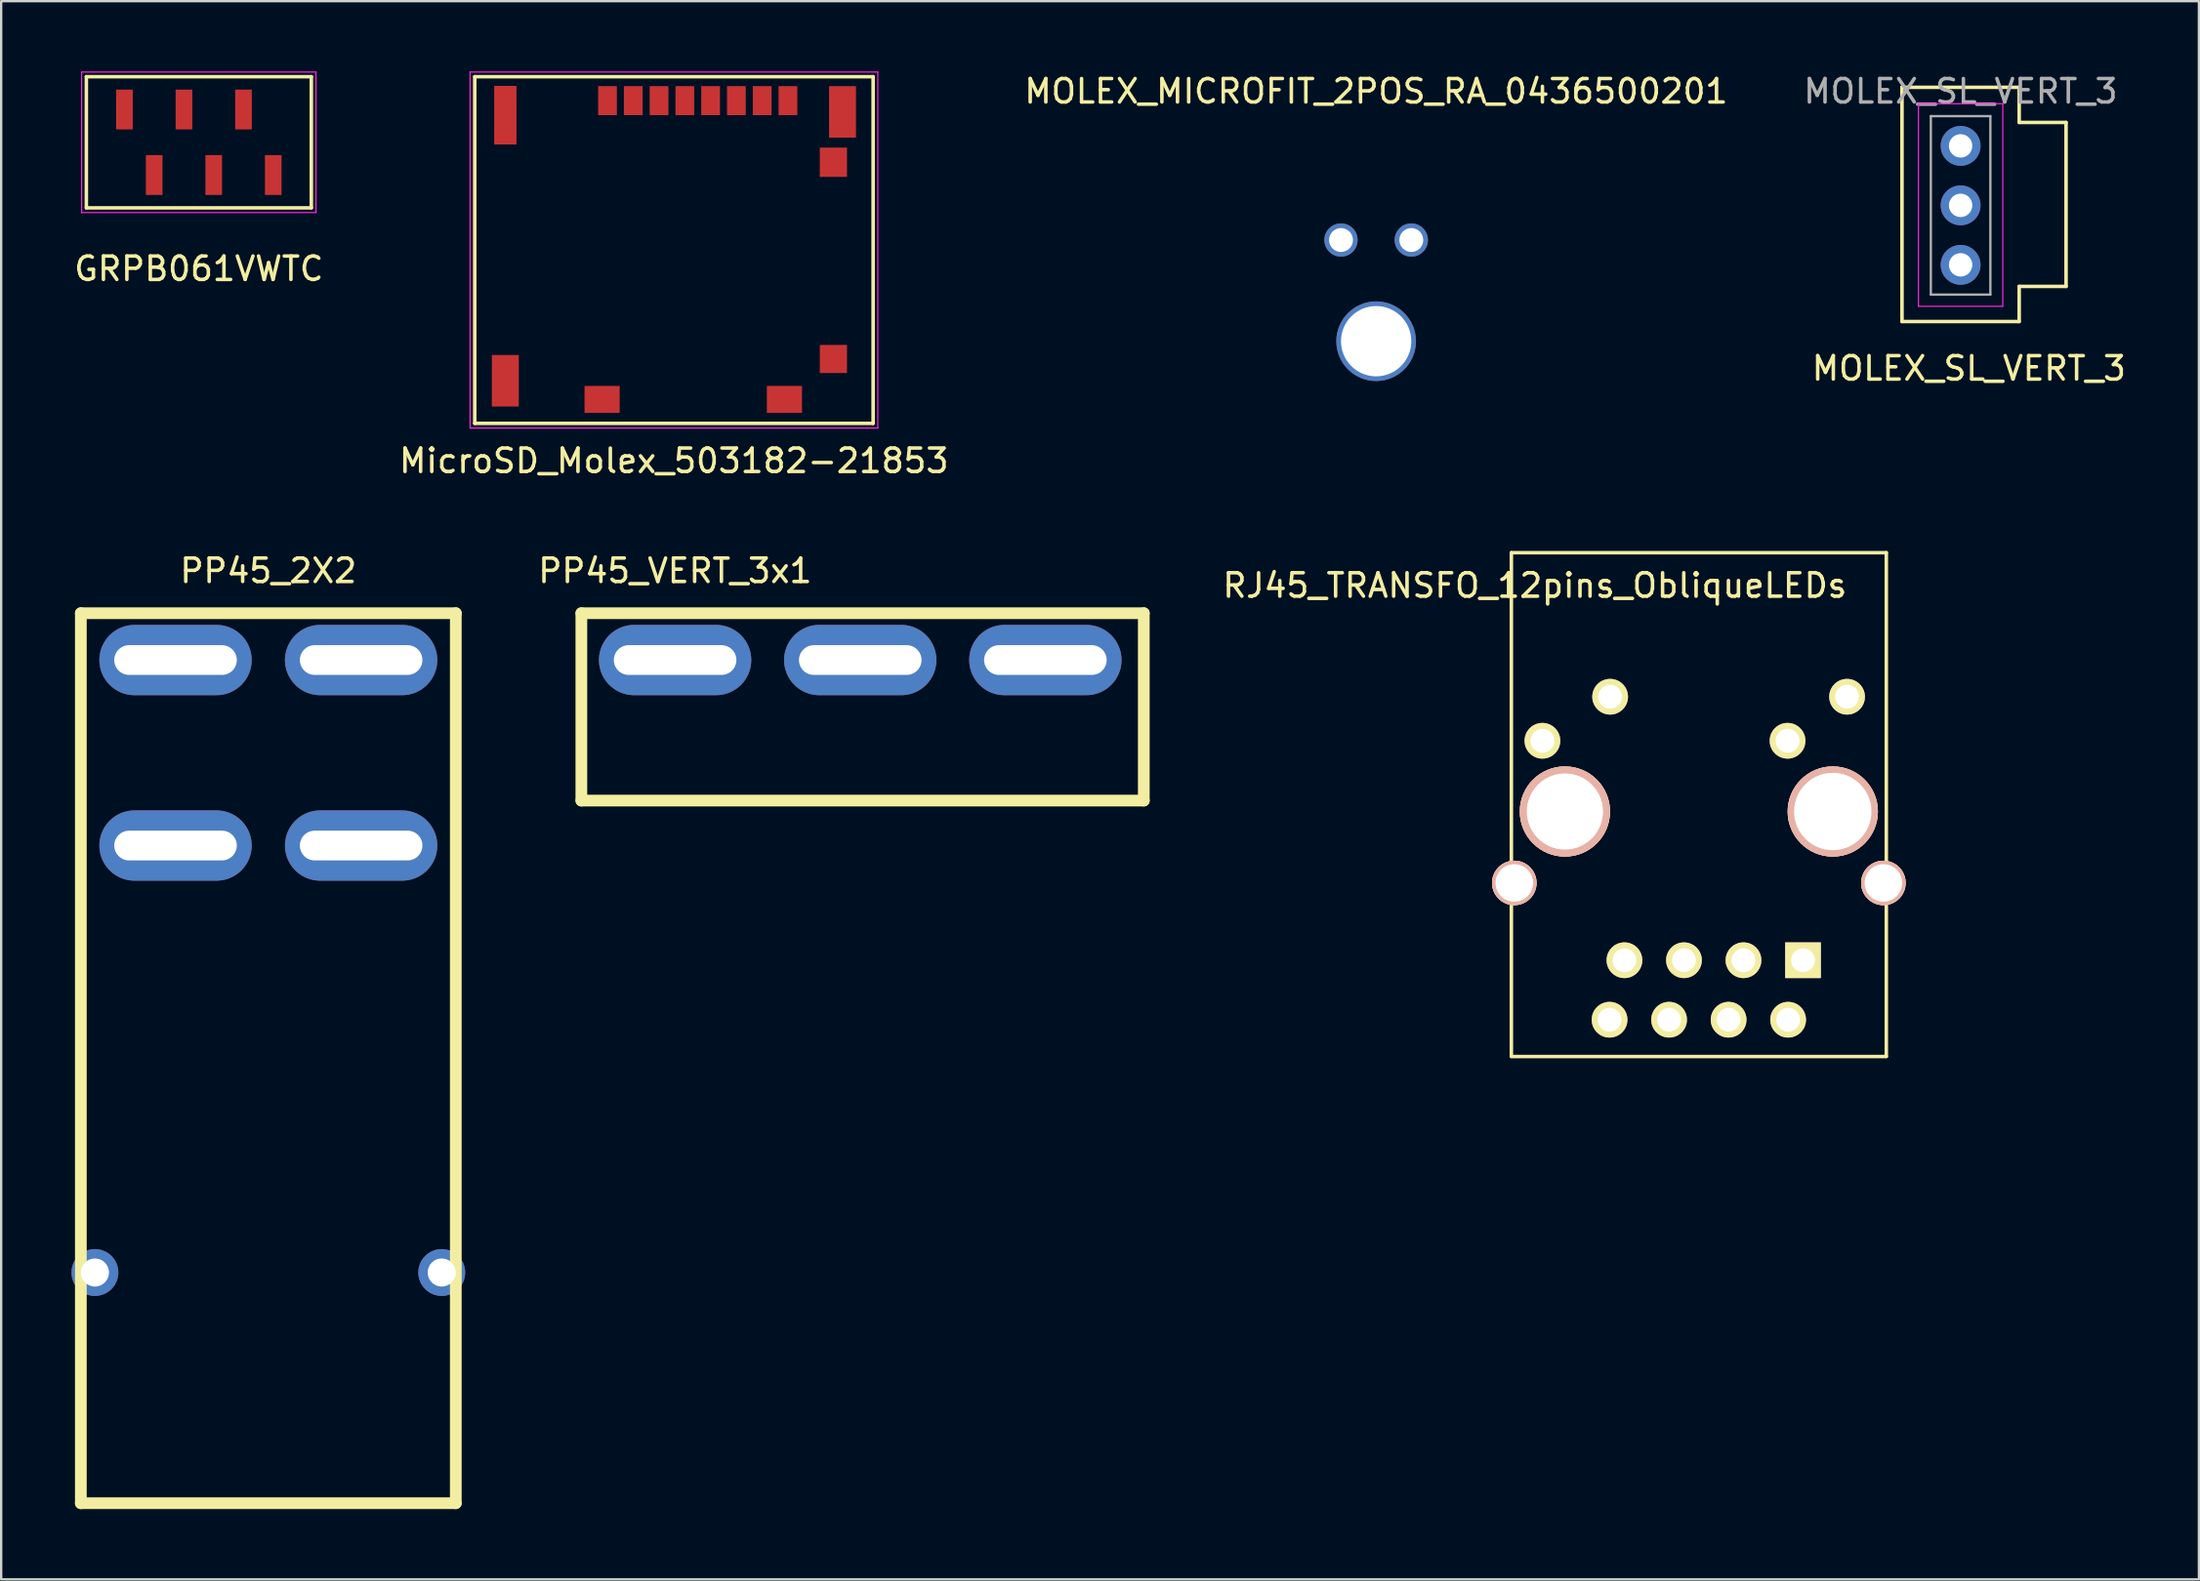
<source format=kicad_pcb>
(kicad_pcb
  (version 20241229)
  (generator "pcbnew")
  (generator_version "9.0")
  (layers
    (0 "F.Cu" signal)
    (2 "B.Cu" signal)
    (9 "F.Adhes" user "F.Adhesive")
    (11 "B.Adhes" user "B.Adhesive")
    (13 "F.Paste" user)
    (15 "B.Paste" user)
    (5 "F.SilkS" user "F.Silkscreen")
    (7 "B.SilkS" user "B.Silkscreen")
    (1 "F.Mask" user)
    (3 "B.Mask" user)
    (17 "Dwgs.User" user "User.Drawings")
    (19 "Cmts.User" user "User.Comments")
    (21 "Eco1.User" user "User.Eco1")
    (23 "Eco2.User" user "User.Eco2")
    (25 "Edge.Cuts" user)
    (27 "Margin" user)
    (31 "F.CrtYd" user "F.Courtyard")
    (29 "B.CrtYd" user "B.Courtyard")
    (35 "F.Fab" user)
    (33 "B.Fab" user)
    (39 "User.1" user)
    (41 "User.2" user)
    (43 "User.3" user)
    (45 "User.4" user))
  (footprint "RJ45_TRANSFO_12pins_ObliqueLEDs"
    (layer "F.Cu")
    (at 69.443 31.303)
    (property "Reference" "RJ45_TRANSFO_12pins_ObliqueLEDs" (at -7 -9.355 0) (layer "F.SilkS") (effects (font (size 1 1) (thickness 0.15))))
    (attr through_hole)
    (fp_line (start -8 -10.755) (end 8 -10.755) (stroke (width 0.15) (type solid)) (layer "F.SilkS"))
    (fp_line (start -8 10.745) (end -8 -10.755) (stroke (width 0.15) (type solid)) (layer "F.SilkS"))
    (fp_line (start -8 10.757) (end 8 10.757) (stroke (width 0.15) (type solid)) (layer "F.SilkS"))
    (fp_line (start 8 -10.755) (end 8 10.745) (stroke (width 0.15) (type solid)) (layer "F.SilkS"))
    (pad "1" thru_hole rect (at 4.445 6.645) (size 1.524 1.524) (drill 1.016) (layers "*.Cu" "*.Mask" "F.SilkS"))
    (pad "2" thru_hole circle (at 3.81 9.185) (size 1.524 1.524) (drill 1.016) (layers "*.Cu" "*.Mask" "F.SilkS"))
    (pad "3" thru_hole circle (at 1.905 6.645) (size 1.524 1.524) (drill 1.016) (layers "*.Cu" "*.Mask" "F.SilkS"))
    (pad "4" thru_hole circle (at 1.27 9.185) (size 1.524 1.524) (drill 1.016) (layers "*.Cu" "*.Mask" "F.SilkS"))
    (pad "5" thru_hole circle (at -0.635 6.645) (size 1.524 1.524) (drill 1.016) (layers "*.Cu" "*.Mask" "F.SilkS"))
    (pad "6" thru_hole circle (at -1.27 9.185) (size 1.524 1.524) (drill 1.016) (layers "*.Cu" "*.Mask" "F.SilkS"))
    (pad "7" thru_hole circle (at -3.175 6.645) (size 1.524 1.524) (drill 1.016) (layers "*.Cu" "*.Mask" "F.SilkS"))
    (pad "8" thru_hole circle (at -3.81 9.185) (size 1.524 1.524) (drill 1.016) (layers "*.Cu" "*.Mask" "F.SilkS"))
    (pad "9" thru_hole circle (at 6.325 -4.605) (size 1.524 1.524) (drill 1.02) (layers "*.Cu" "*.Mask" "F.SilkS"))
    (pad "10" thru_hole circle (at 3.785 -2.725) (size 1.524 1.524) (drill 1.02) (layers "*.Cu" "*.Mask" "F.SilkS"))
    (pad "11" thru_hole circle (at -3.785 -4.605) (size 1.524 1.524) (drill 1.02) (layers "*.Cu" "*.Mask" "F.SilkS"))
    (pad "12" thru_hole circle (at -6.675 -2.725) (size 1.524 1.524) (drill 1.02) (layers "*.Cu" "*.Mask" "F.SilkS"))
    (pad "13" thru_hole circle (at -7.875 3.345) (size 1.9 1.9) (drill 1.6) (layers "*.Cu" "*.SilkS" "*.Mask"))
    (pad "13" thru_hole circle (at 7.875 3.345) (size 1.9 1.9) (drill 1.6) (layers "*.Cu" "*.SilkS" "*.Mask"))
    (pad "Hole" thru_hole circle (at -5.715 0.295) (size 3.851 3.851) (drill 3.25) (layers "*.Cu" "*.SilkS" "*.Mask"))
    (pad "Hole" thru_hole circle (at 5.715 0.295) (size 3.851 3.851) (drill 3.302) (layers "*.Cu" "*.SilkS" "*.Mask")))
  (footprint "PP45_2X2"
    (layer "F.Cu")
    (at 8.4 25.131)
    (property "Reference" "PP45_2X2" (at 0 -3.81 0) (layer "F.SilkS") (effects (font (size 1 1) (thickness 0.15))))
    (attr through_hole)
    (fp_line (start -8 -2) (end -8 36) (stroke (width 0.5) (type solid)) (layer "F.SilkS"))
    (fp_line (start -8 36) (end 8 36) (stroke (width 0.5) (type solid)) (layer "F.SilkS"))
    (fp_line (start 8 -2) (end -8 -2) (stroke (width 0.5) (type solid)) (layer "F.SilkS"))
    (fp_line (start 8 36) (end 8 -2) (stroke (width 0.5) (type solid)) (layer "F.SilkS"))
    (pad "1" thru_hole oval (at -3.96 0) (size 6.5 3) (drill oval 5.23 1.27) (layers "*.Cu" "*.Mask"))
    (pad "2" thru_hole oval (at 3.96 0) (size 6.5 3) (drill oval 5.23 1.27) (layers "*.Cu" "*.Mask"))
    (pad "3" thru_hole oval (at -3.96 7.92) (size 6.5 3) (drill oval 5.23 1.27) (layers "*.Cu" "*.Mask"))
    (pad "4" thru_hole oval (at 3.96 7.92) (size 6.5 3) (drill oval 5.23 1.27) (layers "*.Cu" "*.Mask"))
    (pad "MNT" thru_hole circle (at -7.4 26.15) (size 2 2) (drill 1.2) (layers "*.Cu" "*.Mask"))
    (pad "MNT" thru_hole circle (at 7.4 26.15) (size 2 2) (drill 1.2) (layers "*.Cu" "*.Mask")))
  (footprint "PP45_VERT_3x1"
    (layer "F.Cu")
    (at 25.758 25.131)
    (property "Reference" "PP45_VERT_3x1" (at 0 -3.81 0) (layer "F.SilkS") (effects (font (size 1 1) (thickness 0.15))))
    (attr through_hole)
    (fp_line (start -4 -2) (end -4 6) (stroke (width 0.5) (type solid)) (layer "F.SilkS"))
    (fp_line (start -4 6) (end 20 6) (stroke (width 0.5) (type solid)) (layer "F.SilkS"))
    (fp_line (start 20 -2) (end -4 -2) (stroke (width 0.5) (type solid)) (layer "F.SilkS"))
    (fp_line (start 20 6) (end 20 -2) (stroke (width 0.5) (type solid)) (layer "F.SilkS"))
    (pad "1" thru_hole oval (at 0 0) (size 6.5 3) (drill oval 5.23 1.27) (layers "*.Cu" "*.Mask"))
    (pad "2" thru_hole oval (at 7.9 0) (size 6.5 3) (drill oval 5.23 1.27) (layers "*.Cu" "*.Mask"))
    (pad "3" thru_hole oval (at 15.8 0) (size 6.5 3) (drill oval 5.23 1.27) (layers "*.Cu" "*.Mask")))
  (footprint "MOLEX_MICROFIT_2POS_RA_0436500201"
    (layer "F.Cu")
    (at 55.673 7.198)
    (property "Reference" "MOLEX_MICROFIT_2POS_RA_0436500201" (at 0 -6.35 0) (layer "F.SilkS") (effects (font (size 1 1) (thickness 0.15))))
    (attr through_hole)
    (pad "1" thru_hole circle (at 1.5 0) (size 1.42 1.42) (drill 1.02) (layers "*.Cu" "*.Mask"))
    (pad "2" thru_hole circle (at -1.5 0) (size 1.42 1.42) (drill 1.02) (layers "*.Cu" "*.Mask"))
    (pad "3" thru_hole circle (at 0 4.32) (size 3.4 3.4) (drill 3) (layers "*.Cu" "*.Mask")))
  (footprint "MicroSD_Molex_503182-21853"
    (layer "F.Cu")
    (at 25.708 7.625)
    (property "Reference" "MicroSD_Molex_503182-21853" (at 0 9 0) (layer "F.SilkS") (effects (font (size 1 1) (thickness 0.15))))
    (attr smd)
    (fp_line (start -8.5 -7.4) (end -8.5 7.4) (stroke (width 0.15) (type solid)) (layer "F.SilkS"))
    (fp_line (start -8.5 7.4) (end 8.5 7.4) (stroke (width 0.15) (type solid)) (layer "F.SilkS"))
    (fp_line (start 8.5 -7.4) (end -8.5 -7.4) (stroke (width 0.15) (type solid)) (layer "F.SilkS"))
    (fp_line (start 8.5 7.4) (end 8.5 -7.4) (stroke (width 0.15) (type solid)) (layer "F.SilkS"))
    (fp_line (start -8.7 -7.6) (end -8.7 7.6) (stroke (width 0.05) (type solid)) (layer "F.CrtYd"))
    (fp_line (start -8.7 -7.6) (end 8.7 -7.6) (stroke (width 0.05) (type solid)) (layer "F.CrtYd"))
    (fp_line (start -8.7 7.6) (end 8.7 7.6) (stroke (width 0.05) (type solid)) (layer "F.CrtYd"))
    (fp_line (start 8.7 -7.6) (end 8.7 7.6) (stroke (width 0.05) (type solid)) (layer "F.CrtYd"))
    (pad "1" smd rect (at -2.835 -6.378) (size 0.8 1.24) (layers "F.Cu" "F.Mask" "F.Paste"))
    (pad "2" smd rect (at -1.735 -6.378) (size 0.8 1.24) (layers "F.Cu" "F.Mask" "F.Paste"))
    (pad "3" smd rect (at -0.635 -6.378) (size 0.8 1.24) (layers "F.Cu" "F.Mask" "F.Paste"))
    (pad "4" smd rect (at 0.465 -6.378) (size 0.8 1.24) (layers "F.Cu" "F.Mask" "F.Paste"))
    (pad "5" smd rect (at 1.565 -6.378) (size 0.8 1.24) (layers "F.Cu" "F.Mask" "F.Paste"))
    (pad "6" smd rect (at 2.665 -6.378) (size 0.8 1.24) (layers "F.Cu" "F.Mask" "F.Paste"))
    (pad "7" smd rect (at 3.765 -6.378) (size 0.8 1.24) (layers "F.Cu" "F.Mask" "F.Paste"))
    (pad "8" smd rect (at 4.865 -6.378) (size 0.8 1.24) (layers "F.Cu" "F.Mask" "F.Paste"))
    (pad "DET" smd rect (at 6.805 4.652) (size 1.16 1.2) (layers "F.Cu" "F.Mask" "F.Paste"))
    (pad "SHLD" smd rect (at -7.195 -5.758) (size 0.95 2.5) (layers "F.Cu" "F.Mask" "F.Paste"))
    (pad "SHLD" smd rect (at -7.195 5.582) (size 1.15 2.2) (layers "F.Cu" "F.Mask" "F.Paste"))
    (pad "SHLD" smd rect (at -3.065 6.378) (size 1.5 1.15) (layers "F.Cu" "F.Mask" "F.Paste"))
    (pad "SHLD" smd rect (at 4.715 6.378) (size 1.5 1.15) (layers "F.Cu" "F.Mask" "F.Paste"))
    (pad "SHLD" smd rect (at 7.195 -5.897) (size 1.15 2.2) (layers "F.Cu" "F.Mask" "F.Paste"))
    (pad "SW" smd rect (at 6.805 -3.748) (size 1.16 1.25) (layers "F.Cu" "F.Mask" "F.Paste")))
  (footprint "GRPB061VWTC"
    (layer "F.Cu")
    (at 5.435 3.025)
    (property "Reference" "GRPB061VWTC" (at 0 5.4 0) (layer "F.SilkS") (effects (font (size 1 1) (thickness 0.15))))
    (attr smd)
    (fp_line (start -4.8 -2.8) (end 4.8 -2.8) (stroke (width 0.15) (type solid)) (layer "F.SilkS"))
    (fp_line (start -4.8 2.8) (end -4.8 -2.8) (stroke (width 0.15) (type solid)) (layer "F.SilkS"))
    (fp_line (start 4.8 -2.8) (end 4.8 2.8) (stroke (width 0.15) (type solid)) (layer "F.SilkS"))
    (fp_line (start 4.8 2.8) (end -4.8 2.8) (stroke (width 0.15) (type solid)) (layer "F.SilkS"))
    (fp_line (start -5 -3) (end 5 -3) (stroke (width 0.05) (type solid)) (layer "F.CrtYd"))
    (fp_line (start -5 3) (end -5 -3) (stroke (width 0.05) (type solid)) (layer "F.CrtYd"))
    (fp_line (start 5 -3) (end 5 3) (stroke (width 0.05) (type solid)) (layer "F.CrtYd"))
    (fp_line (start 5 3) (end -5 3) (stroke (width 0.05) (type solid)) (layer "F.CrtYd"))
    (pad "1" smd rect (at -3.175 -1.4) (size 0.71 1.7) (layers "F.Cu" "F.Mask" "F.Paste"))
    (pad "2" smd rect (at -1.905 1.4) (size 0.71 1.7) (layers "F.Cu" "F.Mask" "F.Paste"))
    (pad "3" smd rect (at -0.635 -1.4) (size 0.71 1.7) (layers "F.Cu" "F.Mask" "F.Paste"))
    (pad "4" smd rect (at 0.635 1.4) (size 0.71 1.7) (layers "F.Cu" "F.Mask" "F.Paste"))
    (pad "5" smd rect (at 1.905 -1.4) (size 0.71 1.7) (layers "F.Cu" "F.Mask" "F.Paste"))
    (pad "6" smd rect (at 3.175 1.4) (size 0.71 1.7) (layers "F.Cu" "F.Mask" "F.Paste")))
  (footprint "MOLEX_SL_VERT_3"
    (layer "F.Cu")
    (at 80.613 3.178)
    (property "Reference" "MOLEX_SL_VERT_3" (at 0.354 9.5 0) (layer "F.SilkS") (effects (font (size 1 1) (thickness 0.15))))
    (attr through_hole)
    (fp_line (start -2.5 -2.5) (end -2.5 -2.5) (stroke (width 0.15) (type solid)) (layer "F.SilkS"))
    (fp_line (start -2.5 -2.5) (end 2.5 -2.5) (stroke (width 0.15) (type solid)) (layer "F.SilkS"))
    (fp_line (start -2.5 7.5) (end -2.5 -2.5) (stroke (width 0.15) (type solid)) (layer "F.SilkS"))
    (fp_line (start 2.5 -2.5) (end 2.5 -1) (stroke (width 0.15) (type solid)) (layer "F.SilkS"))
    (fp_line (start 2.5 -1) (end 4.5 -1) (stroke (width 0.15) (type solid)) (layer "F.SilkS"))
    (fp_line (start 2.5 6) (end 2.5 7.5) (stroke (width 0.15) (type solid)) (layer "F.SilkS"))
    (fp_line (start 2.5 7.5) (end -2.5 7.5) (stroke (width 0.15) (type solid)) (layer "F.SilkS"))
    (fp_line (start 4.5 -1) (end 4.5 6) (stroke (width 0.15) (type solid)) (layer "F.SilkS"))
    (fp_line (start 4.5 6) (end 2.5 6) (stroke (width 0.15) (type solid)) (layer "F.SilkS"))
    (fp_line (start -1.8 -1.8) (end -1.8 6.85) (stroke (width 0.05) (type solid)) (layer "F.CrtYd"))
    (fp_line (start -1.8 6.85) (end 1.8 6.85) (stroke (width 0.05) (type solid)) (layer "F.CrtYd"))
    (fp_line (start 1.8 -1.8) (end -1.8 -1.8) (stroke (width 0.05) (type solid)) (layer "F.CrtYd"))
    (fp_line (start 1.8 6.85) (end 1.8 -1.8) (stroke (width 0.05) (type solid)) (layer "F.CrtYd"))
    (fp_line (start -1.27 -1.27) (end -1.27 6.35) (stroke (width 0.1) (type solid)) (layer "F.Fab"))
    (fp_line (start -1.27 6.35) (end 1.27 6.35) (stroke (width 0.1) (type solid)) (layer "F.Fab"))
    (fp_line (start 1.27 -1.27) (end -1.27 -1.27) (stroke (width 0.1) (type solid)) (layer "F.Fab"))
    (fp_line (start 1.27 6.35) (end 1.27 -1.27) (stroke (width 0.1) (type solid)) (layer "F.Fab"))
    (fp_text user "${REFERENCE}" (at 0 -2.33 0) (layer "F.Fab") (effects (font (size 1 1) (thickness 0.15))))
    (pad "1" thru_hole oval (at 0 5.08) (size 1.7 1.7) (drill 1) (layers "*.Cu" "*.Mask"))
    (pad "2" thru_hole oval (at 0 2.54) (size 1.7 1.7) (drill 1) (layers "*.Cu" "*.Mask"))
    (pad "3" thru_hole circle (at 0 0) (size 1.7 1.7) (drill 1) (layers "*.Cu" "*.Mask")))
  (gr_rect
    (start -3 -3)
    (end 90.782 64.382)
    (stroke (width 0.1) (type default))
    (fill no)
    (layer "Edge.Cuts")))
</source>
